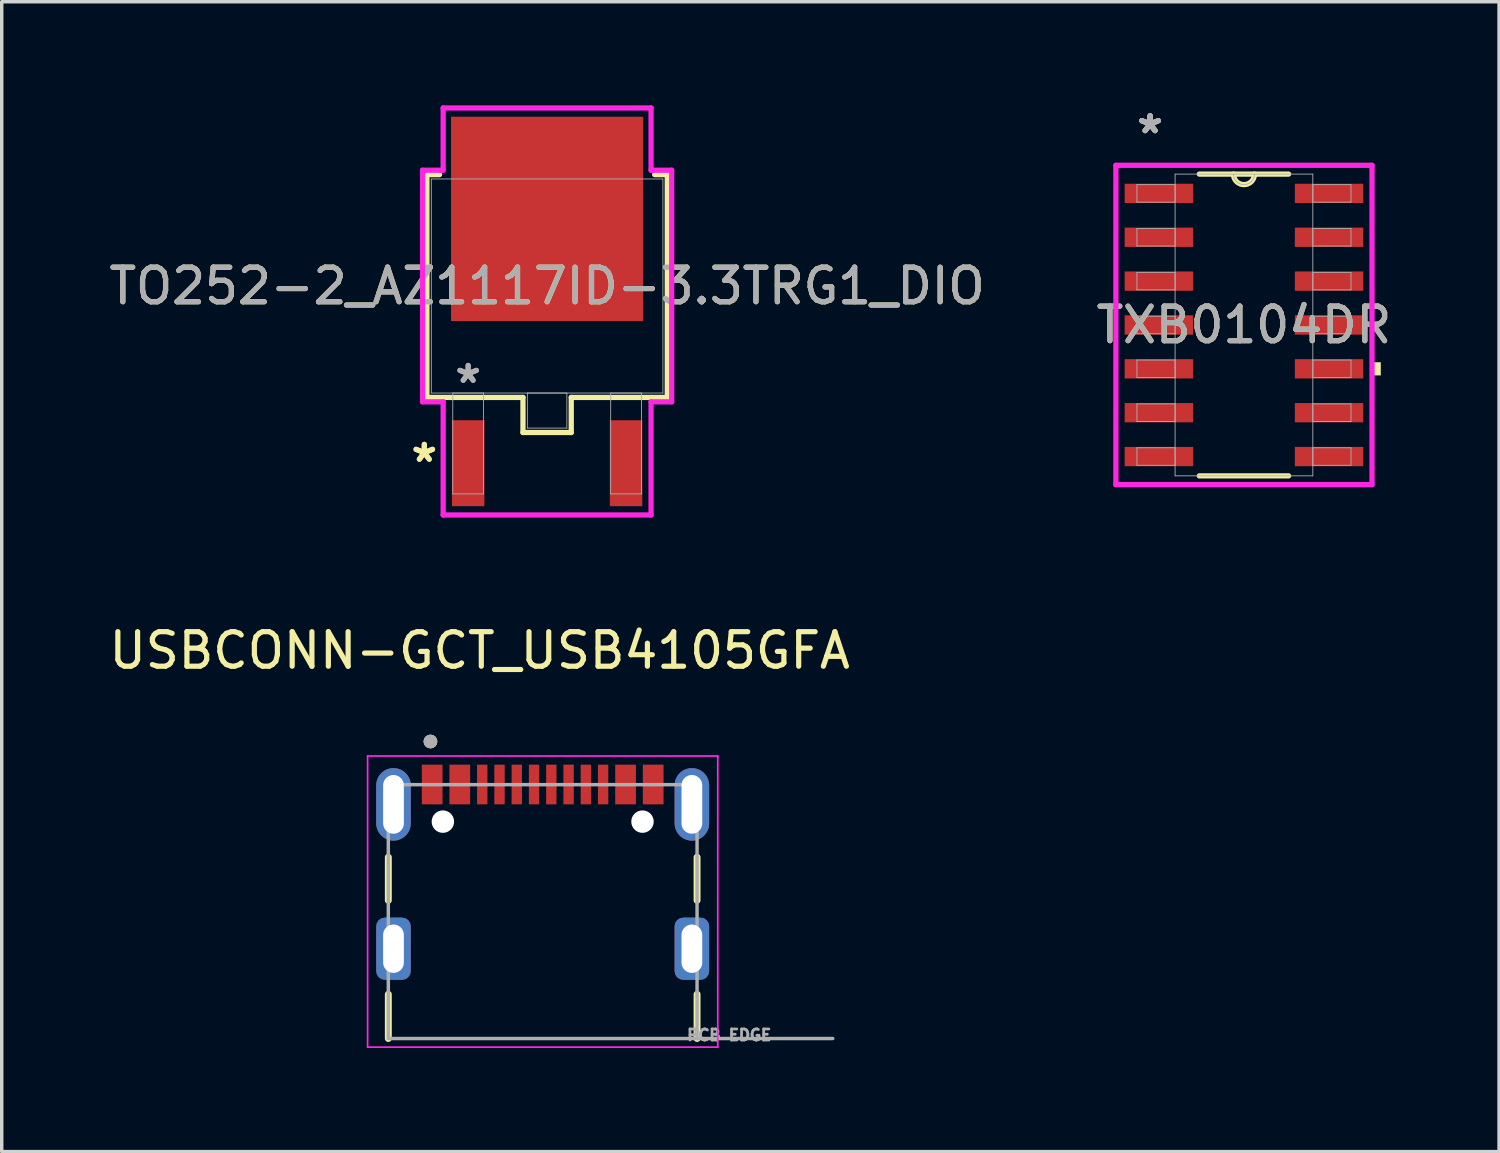
<source format=kicad_pcb>
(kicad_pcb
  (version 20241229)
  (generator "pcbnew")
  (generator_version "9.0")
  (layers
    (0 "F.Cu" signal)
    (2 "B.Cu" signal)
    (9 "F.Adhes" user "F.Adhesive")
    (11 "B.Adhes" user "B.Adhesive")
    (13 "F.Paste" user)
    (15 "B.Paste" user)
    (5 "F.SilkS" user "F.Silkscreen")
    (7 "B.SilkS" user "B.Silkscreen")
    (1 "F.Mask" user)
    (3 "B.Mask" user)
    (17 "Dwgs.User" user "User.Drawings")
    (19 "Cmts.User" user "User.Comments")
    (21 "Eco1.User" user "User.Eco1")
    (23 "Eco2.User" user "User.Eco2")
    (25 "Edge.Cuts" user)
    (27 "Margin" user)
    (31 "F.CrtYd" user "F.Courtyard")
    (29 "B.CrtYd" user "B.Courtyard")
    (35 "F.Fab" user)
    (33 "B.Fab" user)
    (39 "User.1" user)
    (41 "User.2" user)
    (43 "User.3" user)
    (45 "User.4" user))
  (footprint "TO252-2_AZ1117ID-3.3TRG1_DIO"
    (layer "F.Cu")
    (at 12.792 5.232)
    (property "Reference" "TO252-2_AZ1117ID-3.3TRG1_DIO" (at 0 0 0) (unlocked yes) (layer "F.SilkS") (effects (font (size 1 1) (thickness 0.15))))
    (attr smd)
    (fp_line (start -3.48 -3.226) (end -3.48 3.226) (stroke (width 0.152) (type solid)) (layer "F.SilkS"))
    (fp_line (start -3.48 3.226) (end -0.699 3.226) (stroke (width 0.152) (type solid)) (layer "F.SilkS"))
    (fp_line (start -3.114 -3.226) (end -3.48 -3.226) (stroke (width 0.152) (type solid)) (layer "F.SilkS"))
    (fp_line (start -0.699 3.226) (end -0.699 4.242) (stroke (width 0.152) (type solid)) (layer "F.SilkS"))
    (fp_line (start -0.699 4.242) (end 0.699 4.242) (stroke (width 0.152) (type solid)) (layer "F.SilkS"))
    (fp_line (start 0.699 3.226) (end 3.48 3.226) (stroke (width 0.152) (type solid)) (layer "F.SilkS"))
    (fp_line (start 0.699 4.242) (end 0.699 3.226) (stroke (width 0.152) (type solid)) (layer "F.SilkS"))
    (fp_line (start 3.48 -3.226) (end 3.114 -3.226) (stroke (width 0.152) (type solid)) (layer "F.SilkS"))
    (fp_line (start 3.48 3.226) (end 3.48 -3.226) (stroke (width 0.152) (type solid)) (layer "F.SilkS"))
    (fp_line (start -3.607 -3.353) (end -3.01 -3.353) (stroke (width 0.152) (type solid)) (layer "F.CrtYd"))
    (fp_line (start -3.607 3.353) (end -3.607 -3.353) (stroke (width 0.152) (type solid)) (layer "F.CrtYd"))
    (fp_line (start -3.01 -5.156) (end 3.01 -5.156) (stroke (width 0.152) (type solid)) (layer "F.CrtYd"))
    (fp_line (start -3.01 -3.353) (end -3.01 -5.156) (stroke (width 0.152) (type solid)) (layer "F.CrtYd"))
    (fp_line (start -3.01 3.353) (end -3.607 3.353) (stroke (width 0.152) (type solid)) (layer "F.CrtYd"))
    (fp_line (start -3.01 6.629) (end -3.01 3.353) (stroke (width 0.152) (type solid)) (layer "F.CrtYd"))
    (fp_line (start 3.01 -5.156) (end 3.01 -3.353) (stroke (width 0.152) (type solid)) (layer "F.CrtYd"))
    (fp_line (start 3.01 -3.353) (end 3.607 -3.353) (stroke (width 0.152) (type solid)) (layer "F.CrtYd"))
    (fp_line (start 3.01 3.353) (end 3.01 6.629) (stroke (width 0.152) (type solid)) (layer "F.CrtYd"))
    (fp_line (start 3.01 6.629) (end -3.01 6.629) (stroke (width 0.152) (type solid)) (layer "F.CrtYd"))
    (fp_line (start 3.607 -3.353) (end 3.607 3.353) (stroke (width 0.152) (type solid)) (layer "F.CrtYd"))
    (fp_line (start 3.607 3.353) (end 3.01 3.353) (stroke (width 0.152) (type solid)) (layer "F.CrtYd"))
    (fp_line (start -3.353 -3.099) (end -3.353 3.099) (stroke (width 0.025) (type solid)) (layer "F.Fab"))
    (fp_line (start -3.353 3.099) (end 3.353 3.099) (stroke (width 0.025) (type solid)) (layer "F.Fab"))
    (fp_line (start -2.731 3.099) (end -2.731 6.02) (stroke (width 0.025) (type solid)) (layer "F.Fab"))
    (fp_line (start -2.731 6.02) (end -1.841 6.02) (stroke (width 0.025) (type solid)) (layer "F.Fab"))
    (fp_line (start -1.841 3.099) (end -2.731 3.099) (stroke (width 0.025) (type solid)) (layer "F.Fab"))
    (fp_line (start -1.841 6.02) (end -1.841 3.099) (stroke (width 0.025) (type solid)) (layer "F.Fab"))
    (fp_line (start -0.572 3.099) (end -0.572 4.115) (stroke (width 0.025) (type solid)) (layer "F.Fab"))
    (fp_line (start -0.572 4.115) (end 0.572 4.115) (stroke (width 0.025) (type solid)) (layer "F.Fab"))
    (fp_line (start 0.572 3.099) (end -0.572 3.099) (stroke (width 0.025) (type solid)) (layer "F.Fab"))
    (fp_line (start 0.572 4.115) (end 0.572 3.099) (stroke (width 0.025) (type solid)) (layer "F.Fab"))
    (fp_line (start 1.841 3.099) (end 1.841 6.02) (stroke (width 0.025) (type solid)) (layer "F.Fab"))
    (fp_line (start 1.841 6.02) (end 2.731 6.02) (stroke (width 0.025) (type solid)) (layer "F.Fab"))
    (fp_line (start 2.731 3.099) (end 1.841 3.099) (stroke (width 0.025) (type solid)) (layer "F.Fab"))
    (fp_line (start 2.731 6.02) (end 2.731 3.099) (stroke (width 0.025) (type solid)) (layer "F.Fab"))
    (fp_line (start 3.353 -3.099) (end -3.353 -3.099) (stroke (width 0.025) (type solid)) (layer "F.Fab"))
    (fp_line (start 3.353 3.099) (end 3.353 -3.099) (stroke (width 0.025) (type solid)) (layer "F.Fab"))
    (fp_text user "*" (at -3.556 5.131 0) (layer "F.SilkS") (effects (font (size 1 1) (thickness 0.15))))
    (fp_text user "*" (at -3.556 5.131 0) (unlocked yes) (layer "F.SilkS") (effects (font (size 1 1) (thickness 0.15))))
    (fp_text user "*" (at -2.286 2.845 0) (layer "F.Fab") (effects (font (size 1 1) (thickness 0.15))))
    (fp_text user "${REFERENCE}" (at 0 0 0) (unlocked yes) (layer "F.Fab") (effects (font (size 1 1) (thickness 0.15))))
    (fp_text user "*" (at -2.286 2.845 0) (unlocked yes) (layer "F.Fab") (effects (font (size 1 1) (thickness 0.15))))
    (pad "1" smd rect (at -2.286 5.131) (size 0.94 2.489) (layers "F.Cu" "F.Mask" "F.Paste"))
    (pad "2" smd rect (at 0 -1.943) (size 5.563 5.918) (layers "F.Cu" "F.Mask" "F.Paste"))
    (pad "3" smd rect (at 2.286 5.131) (size 0.94 2.489) (layers "F.Cu" "F.Mask" "F.Paste")))
  (footprint "USBCONN-GCT_USB4105GFA"
    (layer "F.Cu")
    (at 12.664 24.421)
    (property "Reference" "USBCONN-GCT_USB4105GFA" (at -1.825 -8.635 0) (layer "F.SilkS") (effects (font (size 1 1) (thickness 0.15))))
    (attr smd)
    (fp_line (start -4.47 -2.65) (end -4.47 -1.4) (stroke (width 0.2) (type solid)) (layer "F.SilkS"))
    (fp_line (start -4.47 1.32) (end -4.47 2.6) (stroke (width 0.2) (type solid)) (layer "F.SilkS"))
    (fp_line (start 4.47 -2.65) (end 4.47 -1.4) (stroke (width 0.2) (type solid)) (layer "F.SilkS"))
    (fp_line (start 4.47 2.6) (end 4.47 1.32) (stroke (width 0.2) (type solid)) (layer "F.SilkS"))
    (fp_circle (center -3.25 -6) (end -3.15 -6) (stroke (width 0.2) (type solid)) (fill no) (layer "F.SilkS"))
    (fp_line (start -5.07 -5.58) (end -5.07 2.85) (stroke (width 0.05) (type solid)) (layer "F.CrtYd"))
    (fp_line (start -5.07 2.85) (end 5.07 2.85) (stroke (width 0.05) (type solid)) (layer "F.CrtYd"))
    (fp_line (start 5.07 -5.58) (end -5.07 -5.58) (stroke (width 0.05) (type solid)) (layer "F.CrtYd"))
    (fp_line (start 5.07 2.85) (end 5.07 -5.58) (stroke (width 0.05) (type solid)) (layer "F.CrtYd"))
    (fp_line (start -4.47 -4.75) (end 4.47 -4.75) (stroke (width 0.1) (type solid)) (layer "F.Fab"))
    (fp_line (start -4.47 2.6) (end -4.47 -4.75) (stroke (width 0.1) (type solid)) (layer "F.Fab"))
    (fp_line (start 4.47 -4.75) (end 4.47 2.6) (stroke (width 0.1) (type solid)) (layer "F.Fab"))
    (fp_line (start 4.47 2.6) (end -4.47 2.6) (stroke (width 0.1) (type solid)) (layer "F.Fab"))
    (fp_line (start 4.47 2.6) (end 8.4 2.6) (stroke (width 0.1) (type solid)) (layer "F.Fab"))
    (fp_circle (center -3.25 -6) (end -3.15 -6) (stroke (width 0.2) (type solid)) (fill no) (layer "F.Fab"))
    (fp_text user "PCB EDGE" (at 5.4 2.5 0) (layer "F.Fab") (effects (font (size 0.32 0.32) (thickness 0.15))))
    (pad "" np_thru_hole circle (at -2.89 -3.68) (size 0.65 0.65) (drill 0.65) (layers "*.Cu" "*.Mask"))
    (pad "" np_thru_hole circle (at 2.89 -3.68) (size 0.65 0.65) (drill 0.65) (layers "*.Cu" "*.Mask"))
    (pad "A1_B12" smd rect (at -3.2 -4.755) (size 0.6 1.15) (layers "F.Cu" "F.Mask" "F.Paste"))
    (pad "A4_B9" smd rect (at -2.4 -4.755) (size 0.6 1.15) (layers "F.Cu" "F.Mask" "F.Paste"))
    (pad "A5" smd rect (at -1.25 -4.755) (size 0.3 1.15) (layers "F.Cu" "F.Mask" "F.Paste"))
    (pad "A6" smd rect (at -0.25 -4.755) (size 0.3 1.15) (layers "F.Cu" "F.Mask" "F.Paste"))
    (pad "A7" smd rect (at 0.25 -4.755) (size 0.3 1.15) (layers "F.Cu" "F.Mask" "F.Paste"))
    (pad "A8" smd rect (at 1.25 -4.755) (size 0.3 1.15) (layers "F.Cu" "F.Mask" "F.Paste"))
    (pad "B1_A12" smd rect (at 3.2 -4.755) (size 0.6 1.15) (layers "F.Cu" "F.Mask" "F.Paste"))
    (pad "B4_A9" smd rect (at 2.4 -4.755) (size 0.6 1.15) (layers "F.Cu" "F.Mask" "F.Paste"))
    (pad "B5" smd rect (at 1.75 -4.755) (size 0.3 1.15) (layers "F.Cu" "F.Mask" "F.Paste"))
    (pad "B6" smd rect (at 0.75 -4.755) (size 0.3 1.15) (layers "F.Cu" "F.Mask" "F.Paste"))
    (pad "B7" smd rect (at -0.75 -4.755) (size 0.3 1.15) (layers "F.Cu" "F.Mask" "F.Paste"))
    (pad "B8" smd rect (at -1.75 -4.755) (size 0.3 1.15) (layers "F.Cu" "F.Mask" "F.Paste"))
    (pad "SH1" thru_hole oval (at -4.32 -4.18) (size 1 2.1) (drill oval 0.6 1.7) (layers "*.Cu" "*.Mask"))
    (pad "SH2" thru_hole oval (at 4.32 -4.18) (size 1 2.1) (drill oval 0.6 1.7) (layers "*.Cu" "*.Mask"))
    (pad "SH3" thru_hole roundrect (at -4.32 0) (size 1 1.8) (drill oval 0.6 1.4) (layers "*.Cu" "*.Mask") (roundrect_rratio 0.25))
    (pad "SH4" thru_hole roundrect (at 4.32 0) (size 1 1.8) (drill oval 0.6 1.4) (layers "*.Cu" "*.Mask") (roundrect_rratio 0.25)))
  (footprint "TXB0104DR"
    (layer "F.Cu")
    (at 32.97 6.36)
    (property "Reference" "TXB0104DR" (at 0 0 0) (unlocked yes) (layer "F.SilkS") (effects (font (size 1 1) (thickness 0.15))))
    (attr smd)
    (fp_line (start -1.293 4.369) (end 1.293 4.369) (stroke (width 0.152) (type solid)) (layer "F.SilkS"))
    (fp_line (start 1.293 -4.369) (end -1.293 -4.369) (stroke (width 0.152) (type solid)) (layer "F.SilkS"))
    (fp_arc (start 0.3048 -4.3688) (mid 0 -4.064) (end -0.3048 -4.3688) (stroke (width 0.1524) (type solid)) (layer "F.SilkS"))
    (fp_poly (pts (xy 3.962 1.079) (xy 3.962 1.46) (xy 3.708 1.46) (xy 3.708 1.079)) (stroke (width 0) (type solid)) (fill yes) (layer "F.SilkS"))
    (fp_line (start -3.708 -4.623) (end 3.708 -4.623) (stroke (width 0.152) (type solid)) (layer "F.CrtYd"))
    (fp_line (start -3.708 4.623) (end -3.708 -4.623) (stroke (width 0.152) (type solid)) (layer "F.CrtYd"))
    (fp_line (start 3.708 -4.623) (end 3.708 4.623) (stroke (width 0.152) (type solid)) (layer "F.CrtYd"))
    (fp_line (start 3.708 4.623) (end -3.708 4.623) (stroke (width 0.152) (type solid)) (layer "F.CrtYd"))
    (fp_line (start -3.099 -4.064) (end -3.099 -3.556) (stroke (width 0.025) (type solid)) (layer "F.Fab"))
    (fp_line (start -3.099 -3.556) (end -1.994 -3.556) (stroke (width 0.025) (type solid)) (layer "F.Fab"))
    (fp_line (start -3.099 -2.794) (end -3.099 -2.286) (stroke (width 0.025) (type solid)) (layer "F.Fab"))
    (fp_line (start -3.099 -2.286) (end -1.994 -2.286) (stroke (width 0.025) (type solid)) (layer "F.Fab"))
    (fp_line (start -3.099 -1.524) (end -3.099 -1.016) (stroke (width 0.025) (type solid)) (layer "F.Fab"))
    (fp_line (start -3.099 -1.016) (end -1.994 -1.016) (stroke (width 0.025) (type solid)) (layer "F.Fab"))
    (fp_line (start -3.099 -0.254) (end -3.099 0.254) (stroke (width 0.025) (type solid)) (layer "F.Fab"))
    (fp_line (start -3.099 0.254) (end -1.994 0.254) (stroke (width 0.025) (type solid)) (layer "F.Fab"))
    (fp_line (start -3.099 1.016) (end -3.099 1.524) (stroke (width 0.025) (type solid)) (layer "F.Fab"))
    (fp_line (start -3.099 1.524) (end -1.994 1.524) (stroke (width 0.025) (type solid)) (layer "F.Fab"))
    (fp_line (start -3.099 2.286) (end -3.099 2.794) (stroke (width 0.025) (type solid)) (layer "F.Fab"))
    (fp_line (start -3.099 2.794) (end -1.994 2.794) (stroke (width 0.025) (type solid)) (layer "F.Fab"))
    (fp_line (start -3.099 3.556) (end -3.099 4.064) (stroke (width 0.025) (type solid)) (layer "F.Fab"))
    (fp_line (start -3.099 4.064) (end -1.994 4.064) (stroke (width 0.025) (type solid)) (layer "F.Fab"))
    (fp_line (start -1.994 -4.369) (end -1.994 4.369) (stroke (width 0.025) (type solid)) (layer "F.Fab"))
    (fp_line (start -1.994 -4.064) (end -3.099 -4.064) (stroke (width 0.025) (type solid)) (layer "F.Fab"))
    (fp_line (start -1.994 -3.556) (end -1.994 -4.064) (stroke (width 0.025) (type solid)) (layer "F.Fab"))
    (fp_line (start -1.994 -2.794) (end -3.099 -2.794) (stroke (width 0.025) (type solid)) (layer "F.Fab"))
    (fp_line (start -1.994 -2.286) (end -1.994 -2.794) (stroke (width 0.025) (type solid)) (layer "F.Fab"))
    (fp_line (start -1.994 -1.524) (end -3.099 -1.524) (stroke (width 0.025) (type solid)) (layer "F.Fab"))
    (fp_line (start -1.994 -1.016) (end -1.994 -1.524) (stroke (width 0.025) (type solid)) (layer "F.Fab"))
    (fp_line (start -1.994 -0.254) (end -3.099 -0.254) (stroke (width 0.025) (type solid)) (layer "F.Fab"))
    (fp_line (start -1.994 0.254) (end -1.994 -0.254) (stroke (width 0.025) (type solid)) (layer "F.Fab"))
    (fp_line (start -1.994 1.016) (end -3.099 1.016) (stroke (width 0.025) (type solid)) (layer "F.Fab"))
    (fp_line (start -1.994 1.524) (end -1.994 1.016) (stroke (width 0.025) (type solid)) (layer "F.Fab"))
    (fp_line (start -1.994 2.286) (end -3.099 2.286) (stroke (width 0.025) (type solid)) (layer "F.Fab"))
    (fp_line (start -1.994 2.794) (end -1.994 2.286) (stroke (width 0.025) (type solid)) (layer "F.Fab"))
    (fp_line (start -1.994 3.556) (end -3.099 3.556) (stroke (width 0.025) (type solid)) (layer "F.Fab"))
    (fp_line (start -1.994 4.064) (end -1.994 3.556) (stroke (width 0.025) (type solid)) (layer "F.Fab"))
    (fp_line (start -1.994 4.369) (end 1.994 4.369) (stroke (width 0.025) (type solid)) (layer "F.Fab"))
    (fp_line (start 1.994 -4.369) (end -1.994 -4.369) (stroke (width 0.025) (type solid)) (layer "F.Fab"))
    (fp_line (start 1.994 -4.064) (end 1.994 -3.556) (stroke (width 0.025) (type solid)) (layer "F.Fab"))
    (fp_line (start 1.994 -3.556) (end 3.099 -3.556) (stroke (width 0.025) (type solid)) (layer "F.Fab"))
    (fp_line (start 1.994 -2.794) (end 1.994 -2.286) (stroke (width 0.025) (type solid)) (layer "F.Fab"))
    (fp_line (start 1.994 -2.286) (end 3.099 -2.286) (stroke (width 0.025) (type solid)) (layer "F.Fab"))
    (fp_line (start 1.994 -1.524) (end 1.994 -1.016) (stroke (width 0.025) (type solid)) (layer "F.Fab"))
    (fp_line (start 1.994 -1.016) (end 3.099 -1.016) (stroke (width 0.025) (type solid)) (layer "F.Fab"))
    (fp_line (start 1.994 -0.254) (end 1.994 0.254) (stroke (width 0.025) (type solid)) (layer "F.Fab"))
    (fp_line (start 1.994 0.254) (end 3.099 0.254) (stroke (width 0.025) (type solid)) (layer "F.Fab"))
    (fp_line (start 1.994 1.016) (end 1.994 1.524) (stroke (width 0.025) (type solid)) (layer "F.Fab"))
    (fp_line (start 1.994 1.524) (end 3.099 1.524) (stroke (width 0.025) (type solid)) (layer "F.Fab"))
    (fp_line (start 1.994 2.286) (end 1.994 2.794) (stroke (width 0.025) (type solid)) (layer "F.Fab"))
    (fp_line (start 1.994 2.794) (end 3.099 2.794) (stroke (width 0.025) (type solid)) (layer "F.Fab"))
    (fp_line (start 1.994 3.556) (end 1.994 4.064) (stroke (width 0.025) (type solid)) (layer "F.Fab"))
    (fp_line (start 1.994 4.064) (end 3.099 4.064) (stroke (width 0.025) (type solid)) (layer "F.Fab"))
    (fp_line (start 1.994 4.369) (end 1.994 -4.369) (stroke (width 0.025) (type solid)) (layer "F.Fab"))
    (fp_line (start 3.099 -4.064) (end 1.994 -4.064) (stroke (width 0.025) (type solid)) (layer "F.Fab"))
    (fp_line (start 3.099 -3.556) (end 3.099 -4.064) (stroke (width 0.025) (type solid)) (layer "F.Fab"))
    (fp_line (start 3.099 -2.794) (end 1.994 -2.794) (stroke (width 0.025) (type solid)) (layer "F.Fab"))
    (fp_line (start 3.099 -2.286) (end 3.099 -2.794) (stroke (width 0.025) (type solid)) (layer "F.Fab"))
    (fp_line (start 3.099 -1.524) (end 1.994 -1.524) (stroke (width 0.025) (type solid)) (layer "F.Fab"))
    (fp_line (start 3.099 -1.016) (end 3.099 -1.524) (stroke (width 0.025) (type solid)) (layer "F.Fab"))
    (fp_line (start 3.099 -0.254) (end 1.994 -0.254) (stroke (width 0.025) (type solid)) (layer "F.Fab"))
    (fp_line (start 3.099 0.254) (end 3.099 -0.254) (stroke (width 0.025) (type solid)) (layer "F.Fab"))
    (fp_line (start 3.099 1.016) (end 1.994 1.016) (stroke (width 0.025) (type solid)) (layer "F.Fab"))
    (fp_line (start 3.099 1.524) (end 3.099 1.016) (stroke (width 0.025) (type solid)) (layer "F.Fab"))
    (fp_line (start 3.099 2.286) (end 1.994 2.286) (stroke (width 0.025) (type solid)) (layer "F.Fab"))
    (fp_line (start 3.099 2.794) (end 3.099 2.286) (stroke (width 0.025) (type solid)) (layer "F.Fab"))
    (fp_line (start 3.099 3.556) (end 1.994 3.556) (stroke (width 0.025) (type solid)) (layer "F.Fab"))
    (fp_line (start 3.099 4.064) (end 3.099 3.556) (stroke (width 0.025) (type solid)) (layer "F.Fab"))
    (fp_arc (start 0.3048 -4.3688) (mid 0 -4.064) (end -0.3048 -4.3688) (stroke (width 0.0254) (type solid)) (layer "F.Fab"))
    (fp_text user "*" (at -2.718 -5.512 0) (unlocked yes) (layer "F.SilkS") (effects (font (size 1 1) (thickness 0.15))))
    (fp_text user "*" (at -2.718 -5.512 0) (layer "F.SilkS") (effects (font (size 1 1) (thickness 0.15))))
    (fp_text user "*" (at -2.718 -5.512 0) (unlocked yes) (layer "F.Fab") (effects (font (size 1 1) (thickness 0.15))))
    (fp_text user "*" (at -2.718 -5.512 0) (layer "F.Fab") (effects (font (size 1 1) (thickness 0.15))))
    (fp_text user "${REFERENCE}" (at 0 0 0) (unlocked yes) (layer "F.Fab") (effects (font (size 1 1) (thickness 0.15))))
    (pad "1" smd rect (at -2.464 -3.81) (size 1.981 0.559) (layers "F.Cu" "F.Mask" "F.Paste"))
    (pad "2" smd rect (at -2.464 -2.54) (size 1.981 0.559) (layers "F.Cu" "F.Mask" "F.Paste"))
    (pad "3" smd rect (at -2.464 -1.27) (size 1.981 0.559) (layers "F.Cu" "F.Mask" "F.Paste"))
    (pad "4" smd rect (at -2.464 0) (size 1.981 0.559) (layers "F.Cu" "F.Mask" "F.Paste"))
    (pad "5" smd rect (at -2.464 1.27) (size 1.981 0.559) (layers "F.Cu" "F.Mask" "F.Paste"))
    (pad "6" smd rect (at -2.464 2.54) (size 1.981 0.559) (layers "F.Cu" "F.Mask" "F.Paste"))
    (pad "7" smd rect (at -2.464 3.81) (size 1.981 0.559) (layers "F.Cu" "F.Mask" "F.Paste"))
    (pad "8" smd rect (at 2.464 3.81) (size 1.981 0.559) (layers "F.Cu" "F.Mask" "F.Paste"))
    (pad "9" smd rect (at 2.464 2.54) (size 1.981 0.559) (layers "F.Cu" "F.Mask" "F.Paste"))
    (pad "10" smd rect (at 2.464 1.27) (size 1.981 0.559) (layers "F.Cu" "F.Mask" "F.Paste"))
    (pad "11" smd rect (at 2.464 0) (size 1.981 0.559) (layers "F.Cu" "F.Mask" "F.Paste"))
    (pad "12" smd rect (at 2.464 -1.27) (size 1.981 0.559) (layers "F.Cu" "F.Mask" "F.Paste"))
    (pad "13" smd rect (at 2.464 -2.54) (size 1.981 0.559) (layers "F.Cu" "F.Mask" "F.Paste"))
    (pad "14" smd rect (at 2.464 -3.81) (size 1.981 0.559) (layers "F.Cu" "F.Mask" "F.Paste")))
  (gr_rect
    (start -3 -3)
    (end 40.357 30.296)
    (stroke (width 0.1) (type default))
    (fill no)
    (layer "Edge.Cuts")))
</source>
